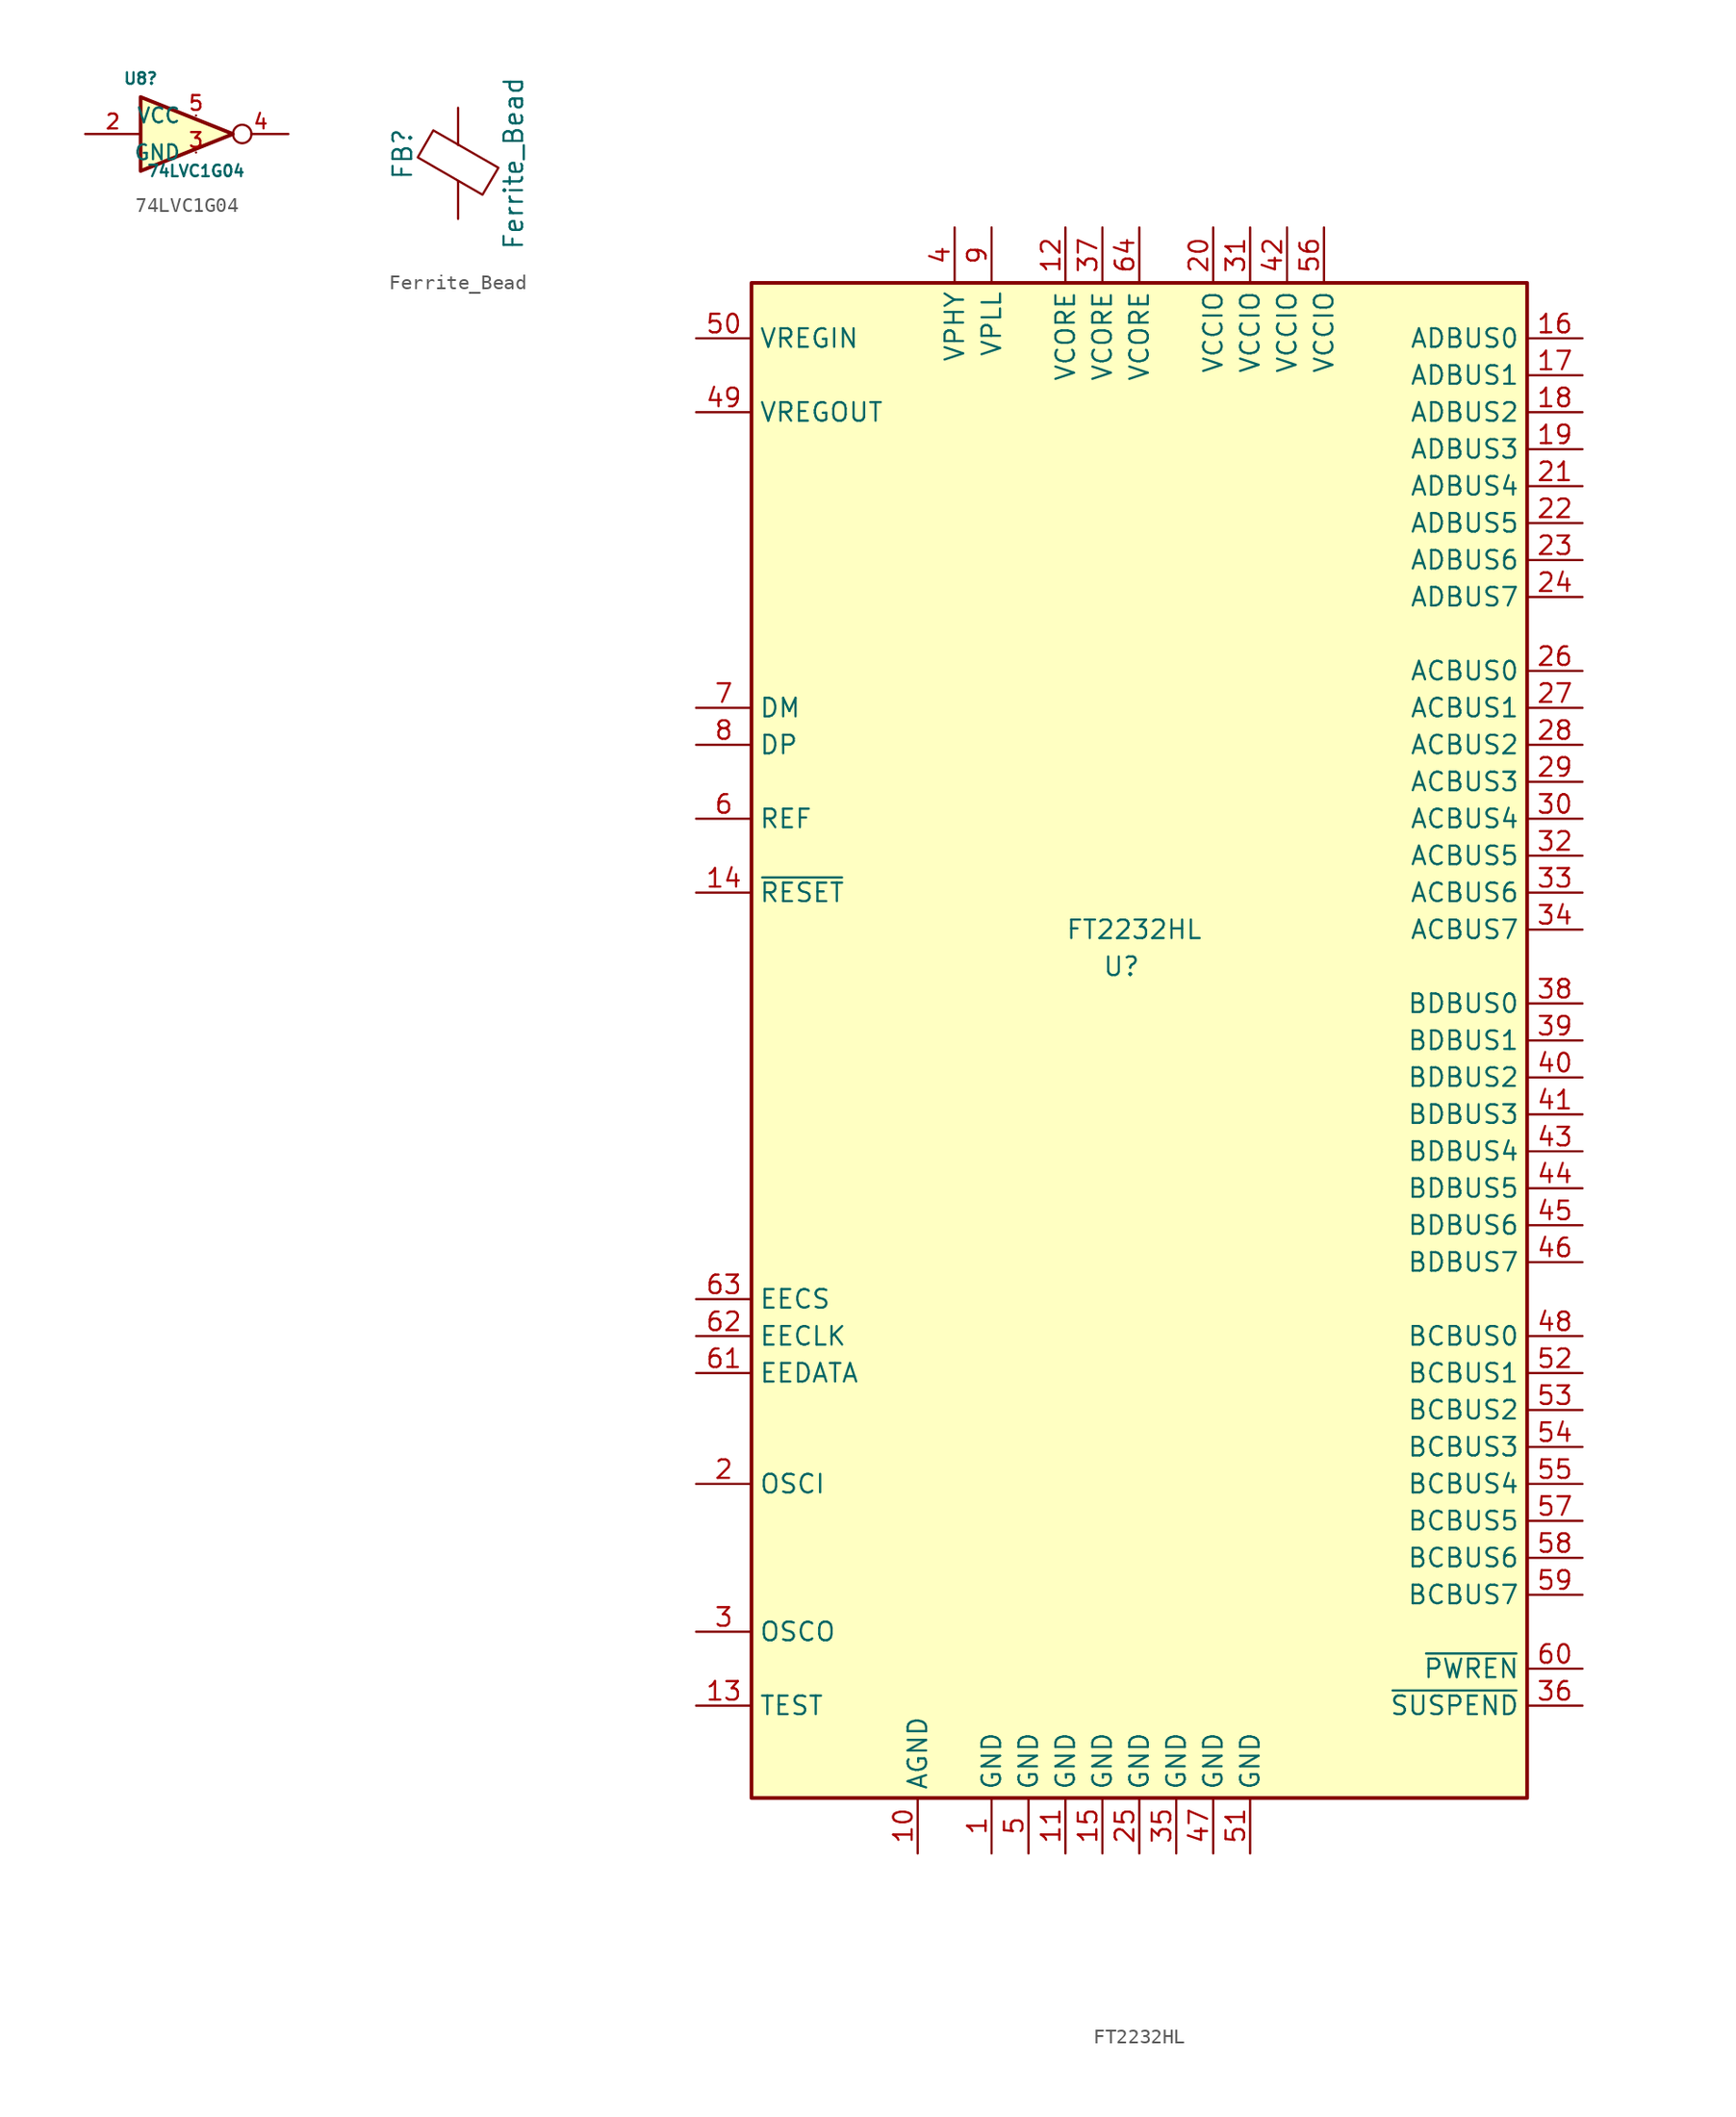
<source format=kicad_sym>
(kicad_symbol_lib
  (version 20220914)
  (generator kicad_symbol_editor)
  (symbol "74LVC1G04"
    (pin_names
      (offset 1.016))
    (property "Reference" "U8"
      (at -3.81 3.81 0)
      (effects (font (size 0.787 0.787))))
    (property "Value" "74LVC1G04"
      (at 0 -2.54 0)
      (effects (font (size 0.787 0.787))))
    (symbol "74LVC1G04_0_1"
      (polyline (pts (xy -3.81 2.54) (xy -3.81 -2.54) (xy 2.54 0) (xy -3.81 2.54)) (stroke (width 0.254) (type solid)) (fill (type background))))
    (symbol "74LVC1G04_1_0"
      (pin no_connect line (at -1.27 1.27 90) (length 2.54) hide (name "NC" (effects (font (size 1.27 1.27)))) (number "1" (effects (font (size 1.27 1.27))))))
    (symbol "74LVC1G04_1_1"
      (pin input line (at -7.62 0 0) (length 3.81) (name "~" (effects (font (size 1.016 1.016)))) (number "2" (effects (font (size 1.016 1.016)))))
      (pin power_in line (at 0 -1.27 180) (length 0) (name "GND" (effects (font (size 1.016 1.016)))) (number "3" (effects (font (size 1.016 1.016)))))
      (pin output inverted (at 6.35 0 180) (length 3.81) (name "~" (effects (font (size 1.016 1.016)))) (number "4" (effects (font (size 1.016 1.016)))))
      (pin power_in line (at 0 1.27 180) (length 0) (name "VCC" (effects (font (size 1.016 1.016)))) (number "5" (effects (font (size 1.016 1.016)))))))
  (symbol "Ferrite_Bead"
    (pin_numbers hide)
    (pin_names
      (offset 0))
    (property "Reference" "FB"
      (at -3.81 0.635 90)
      (effects (font (size 1.27 1.27))))
    (property "Value" "Ferrite_Bead"
      (at 3.81 0 90)
      (effects (font (size 1.27 1.27))))
    (symbol "Ferrite_Bead_0_1"
      (polyline (pts (xy 0 -1.27) (xy 0 -1.219)) (stroke (width 0) (type solid)) (fill (type none)))
      (polyline (pts (xy 0 1.27) (xy 0 1.295)) (stroke (width 0) (type solid)) (fill (type none)))
      (polyline (pts (xy -2.769 0.406) (xy -1.702 2.261) (xy 2.769 -0.305) (xy 1.676 -2.159) (xy -2.769 0.406)) (stroke (width 0) (type solid)) (fill (type none))))
    (symbol "Ferrite_Bead_1_1"
      (pin passive line (at 0 3.81 270) (length 2.54) (name "~" (effects (font (size 1.27 1.27)))) (number "1" (effects (font (size 1.27 1.27)))))
      (pin passive line (at 0 -3.81 90) (length 2.54) (name "~" (effects (font (size 1.27 1.27)))) (number "2" (effects (font (size 1.27 1.27)))))))
  (symbol "FT2232HL"
    (property "Reference" "U"
      (at -2.54 5.08 0)
      (effects (font (size 1.27 1.27)) (justify left)))
    (property "Value" "FT2232HL"
      (at -5.08 7.62 0)
      (effects (font (size 1.27 1.27)) (justify left)))
    (symbol "FT2232HL_0_1"
      (rectangle (start -26.67 52.07) (end 26.67 -52.07) (stroke (width 0.254) (type solid)) (fill (type background))))
    (symbol "FT2232HL_1_1"
      (pin power_in line (at -10.16 -55.88 90) (length 3.81) (name "GND" (effects (font (size 1.27 1.27)))) (number "1" (effects (font (size 1.27 1.27)))))
      (pin power_in line (at -15.24 -55.88 90) (length 3.81) (name "AGND" (effects (font (size 1.27 1.27)))) (number "10" (effects (font (size 1.27 1.27)))))
      (pin power_in line (at -5.08 -55.88 90) (length 3.81) (name "GND" (effects (font (size 1.27 1.27)))) (number "11" (effects (font (size 1.27 1.27)))))
      (pin power_in line (at -5.08 55.88 270) (length 3.81) (name "VCORE" (effects (font (size 1.27 1.27)))) (number "12" (effects (font (size 1.27 1.27)))))
      (pin input line (at -30.48 -45.72 0) (length 3.81) (name "TEST" (effects (font (size 1.27 1.27)))) (number "13" (effects (font (size 1.27 1.27)))))
      (pin input line (at -30.48 10.16 0) (length 3.81) (name "~{RESET}" (effects (font (size 1.27 1.27)))) (number "14" (effects (font (size 1.27 1.27)))))
      (pin power_in line (at -2.54 -55.88 90) (length 3.81) (name "GND" (effects (font (size 1.27 1.27)))) (number "15" (effects (font (size 1.27 1.27)))))
      (pin bidirectional line (at 30.48 48.26 180) (length 3.81) (name "ADBUS0" (effects (font (size 1.27 1.27)))) (number "16" (effects (font (size 1.27 1.27)))))
      (pin bidirectional line (at 30.48 45.72 180) (length 3.81) (name "ADBUS1" (effects (font (size 1.27 1.27)))) (number "17" (effects (font (size 1.27 1.27)))))
      (pin bidirectional line (at 30.48 43.18 180) (length 3.81) (name "ADBUS2" (effects (font (size 1.27 1.27)))) (number "18" (effects (font (size 1.27 1.27)))))
      (pin bidirectional line (at 30.48 40.64 180) (length 3.81) (name "ADBUS3" (effects (font (size 1.27 1.27)))) (number "19" (effects (font (size 1.27 1.27)))))
      (pin input line (at -30.48 -30.48 0) (length 3.81) (name "OSCI" (effects (font (size 1.27 1.27)))) (number "2" (effects (font (size 1.27 1.27)))))
      (pin power_in line (at 5.08 55.88 270) (length 3.81) (name "VCCIO" (effects (font (size 1.27 1.27)))) (number "20" (effects (font (size 1.27 1.27)))))
      (pin bidirectional line (at 30.48 38.1 180) (length 3.81) (name "ADBUS4" (effects (font (size 1.27 1.27)))) (number "21" (effects (font (size 1.27 1.27)))))
      (pin bidirectional line (at 30.48 35.56 180) (length 3.81) (name "ADBUS5" (effects (font (size 1.27 1.27)))) (number "22" (effects (font (size 1.27 1.27)))))
      (pin bidirectional line (at 30.48 33.02 180) (length 3.81) (name "ADBUS6" (effects (font (size 1.27 1.27)))) (number "23" (effects (font (size 1.27 1.27)))))
      (pin bidirectional line (at 30.48 30.48 180) (length 3.81) (name "ADBUS7" (effects (font (size 1.27 1.27)))) (number "24" (effects (font (size 1.27 1.27)))))
      (pin power_in line (at 0 -55.88 90) (length 3.81) (name "GND" (effects (font (size 1.27 1.27)))) (number "25" (effects (font (size 1.27 1.27)))))
      (pin bidirectional line (at 30.48 25.4 180) (length 3.81) (name "ACBUS0" (effects (font (size 1.27 1.27)))) (number "26" (effects (font (size 1.27 1.27)))))
      (pin bidirectional line (at 30.48 22.86 180) (length 3.81) (name "ACBUS1" (effects (font (size 1.27 1.27)))) (number "27" (effects (font (size 1.27 1.27)))))
      (pin bidirectional line (at 30.48 20.32 180) (length 3.81) (name "ACBUS2" (effects (font (size 1.27 1.27)))) (number "28" (effects (font (size 1.27 1.27)))))
      (pin bidirectional line (at 30.48 17.78 180) (length 3.81) (name "ACBUS3" (effects (font (size 1.27 1.27)))) (number "29" (effects (font (size 1.27 1.27)))))
      (pin output line (at -30.48 -40.64 0) (length 3.81) (name "OSCO" (effects (font (size 1.27 1.27)))) (number "3" (effects (font (size 1.27 1.27)))))
      (pin bidirectional line (at 30.48 15.24 180) (length 3.81) (name "ACBUS4" (effects (font (size 1.27 1.27)))) (number "30" (effects (font (size 1.27 1.27)))))
      (pin power_in line (at 7.62 55.88 270) (length 3.81) (name "VCCIO" (effects (font (size 1.27 1.27)))) (number "31" (effects (font (size 1.27 1.27)))))
      (pin bidirectional line (at 30.48 12.7 180) (length 3.81) (name "ACBUS5" (effects (font (size 1.27 1.27)))) (number "32" (effects (font (size 1.27 1.27)))))
      (pin bidirectional line (at 30.48 10.16 180) (length 3.81) (name "ACBUS6" (effects (font (size 1.27 1.27)))) (number "33" (effects (font (size 1.27 1.27)))))
      (pin bidirectional line (at 30.48 7.62 180) (length 3.81) (name "ACBUS7" (effects (font (size 1.27 1.27)))) (number "34" (effects (font (size 1.27 1.27)))))
      (pin power_in line (at 2.54 -55.88 90) (length 3.81) (name "GND" (effects (font (size 1.27 1.27)))) (number "35" (effects (font (size 1.27 1.27)))))
      (pin output line (at 30.48 -45.72 180) (length 3.81) (name "~{SUSPEND}" (effects (font (size 1.27 1.27)))) (number "36" (effects (font (size 1.27 1.27)))))
      (pin power_in line (at -2.54 55.88 270) (length 3.81) (name "VCORE" (effects (font (size 1.27 1.27)))) (number "37" (effects (font (size 1.27 1.27)))))
      (pin bidirectional line (at 30.48 2.54 180) (length 3.81) (name "BDBUS0" (effects (font (size 1.27 1.27)))) (number "38" (effects (font (size 1.27 1.27)))))
      (pin bidirectional line (at 30.48 0 180) (length 3.81) (name "BDBUS1" (effects (font (size 1.27 1.27)))) (number "39" (effects (font (size 1.27 1.27)))))
      (pin power_in line (at -12.7 55.88 270) (length 3.81) (name "VPHY" (effects (font (size 1.27 1.27)))) (number "4" (effects (font (size 1.27 1.27)))))
      (pin bidirectional line (at 30.48 -2.54 180) (length 3.81) (name "BDBUS2" (effects (font (size 1.27 1.27)))) (number "40" (effects (font (size 1.27 1.27)))))
      (pin bidirectional line (at 30.48 -5.08 180) (length 3.81) (name "BDBUS3" (effects (font (size 1.27 1.27)))) (number "41" (effects (font (size 1.27 1.27)))))
      (pin power_in line (at 10.16 55.88 270) (length 3.81) (name "VCCIO" (effects (font (size 1.27 1.27)))) (number "42" (effects (font (size 1.27 1.27)))))
      (pin bidirectional line (at 30.48 -7.62 180) (length 3.81) (name "BDBUS4" (effects (font (size 1.27 1.27)))) (number "43" (effects (font (size 1.27 1.27)))))
      (pin bidirectional line (at 30.48 -10.16 180) (length 3.81) (name "BDBUS5" (effects (font (size 1.27 1.27)))) (number "44" (effects (font (size 1.27 1.27)))))
      (pin bidirectional line (at 30.48 -12.7 180) (length 3.81) (name "BDBUS6" (effects (font (size 1.27 1.27)))) (number "45" (effects (font (size 1.27 1.27)))))
      (pin bidirectional line (at 30.48 -15.24 180) (length 3.81) (name "BDBUS7" (effects (font (size 1.27 1.27)))) (number "46" (effects (font (size 1.27 1.27)))))
      (pin power_in line (at 5.08 -55.88 90) (length 3.81) (name "GND" (effects (font (size 1.27 1.27)))) (number "47" (effects (font (size 1.27 1.27)))))
      (pin bidirectional line (at 30.48 -20.32 180) (length 3.81) (name "BCBUS0" (effects (font (size 1.27 1.27)))) (number "48" (effects (font (size 1.27 1.27)))))
      (pin power_out line (at -30.48 43.18 0) (length 3.81) (name "VREGOUT" (effects (font (size 1.27 1.27)))) (number "49" (effects (font (size 1.27 1.27)))))
      (pin power_in line (at -7.62 -55.88 90) (length 3.81) (name "GND" (effects (font (size 1.27 1.27)))) (number "5" (effects (font (size 1.27 1.27)))))
      (pin power_in line (at -30.48 48.26 0) (length 3.81) (name "VREGIN" (effects (font (size 1.27 1.27)))) (number "50" (effects (font (size 1.27 1.27)))))
      (pin power_in line (at 7.62 -55.88 90) (length 3.81) (name "GND" (effects (font (size 1.27 1.27)))) (number "51" (effects (font (size 1.27 1.27)))))
      (pin bidirectional line (at 30.48 -22.86 180) (length 3.81) (name "BCBUS1" (effects (font (size 1.27 1.27)))) (number "52" (effects (font (size 1.27 1.27)))))
      (pin bidirectional line (at 30.48 -25.4 180) (length 3.81) (name "BCBUS2" (effects (font (size 1.27 1.27)))) (number "53" (effects (font (size 1.27 1.27)))))
      (pin bidirectional line (at 30.48 -27.94 180) (length 3.81) (name "BCBUS3" (effects (font (size 1.27 1.27)))) (number "54" (effects (font (size 1.27 1.27)))))
      (pin bidirectional line (at 30.48 -30.48 180) (length 3.81) (name "BCBUS4" (effects (font (size 1.27 1.27)))) (number "55" (effects (font (size 1.27 1.27)))))
      (pin power_in line (at 12.7 55.88 270) (length 3.81) (name "VCCIO" (effects (font (size 1.27 1.27)))) (number "56" (effects (font (size 1.27 1.27)))))
      (pin bidirectional line (at 30.48 -33.02 180) (length 3.81) (name "BCBUS5" (effects (font (size 1.27 1.27)))) (number "57" (effects (font (size 1.27 1.27)))))
      (pin bidirectional line (at 30.48 -35.56 180) (length 3.81) (name "BCBUS6" (effects (font (size 1.27 1.27)))) (number "58" (effects (font (size 1.27 1.27)))))
      (pin bidirectional line (at 30.48 -38.1 180) (length 3.81) (name "BCBUS7" (effects (font (size 1.27 1.27)))) (number "59" (effects (font (size 1.27 1.27)))))
      (pin output line (at -30.48 15.24 0) (length 3.81) (name "REF" (effects (font (size 1.27 1.27)))) (number "6" (effects (font (size 1.27 1.27)))))
      (pin output line (at 30.48 -43.18 180) (length 3.81) (name "~{PWREN}" (effects (font (size 1.27 1.27)))) (number "60" (effects (font (size 1.27 1.27)))))
      (pin bidirectional line (at -30.48 -22.86 0) (length 3.81) (name "EEDATA" (effects (font (size 1.27 1.27)))) (number "61" (effects (font (size 1.27 1.27)))))
      (pin output line (at -30.48 -20.32 0) (length 3.81) (name "EECLK" (effects (font (size 1.27 1.27)))) (number "62" (effects (font (size 1.27 1.27)))))
      (pin output line (at -30.48 -17.78 0) (length 3.81) (name "EECS" (effects (font (size 1.27 1.27)))) (number "63" (effects (font (size 1.27 1.27)))))
      (pin power_in line (at 0 55.88 270) (length 3.81) (name "VCORE" (effects (font (size 1.27 1.27)))) (number "64" (effects (font (size 1.27 1.27)))))
      (pin bidirectional line (at -30.48 22.86 0) (length 3.81) (name "DM" (effects (font (size 1.27 1.27)))) (number "7" (effects (font (size 1.27 1.27)))))
      (pin bidirectional line (at -30.48 20.32 0) (length 3.81) (name "DP" (effects (font (size 1.27 1.27)))) (number "8" (effects (font (size 1.27 1.27)))))
      (pin input line (at -10.16 55.88 270) (length 3.81) (name "VPLL" (effects (font (size 1.27 1.27)))) (number "9" (effects (font (size 1.27 1.27))))))))
</source>
